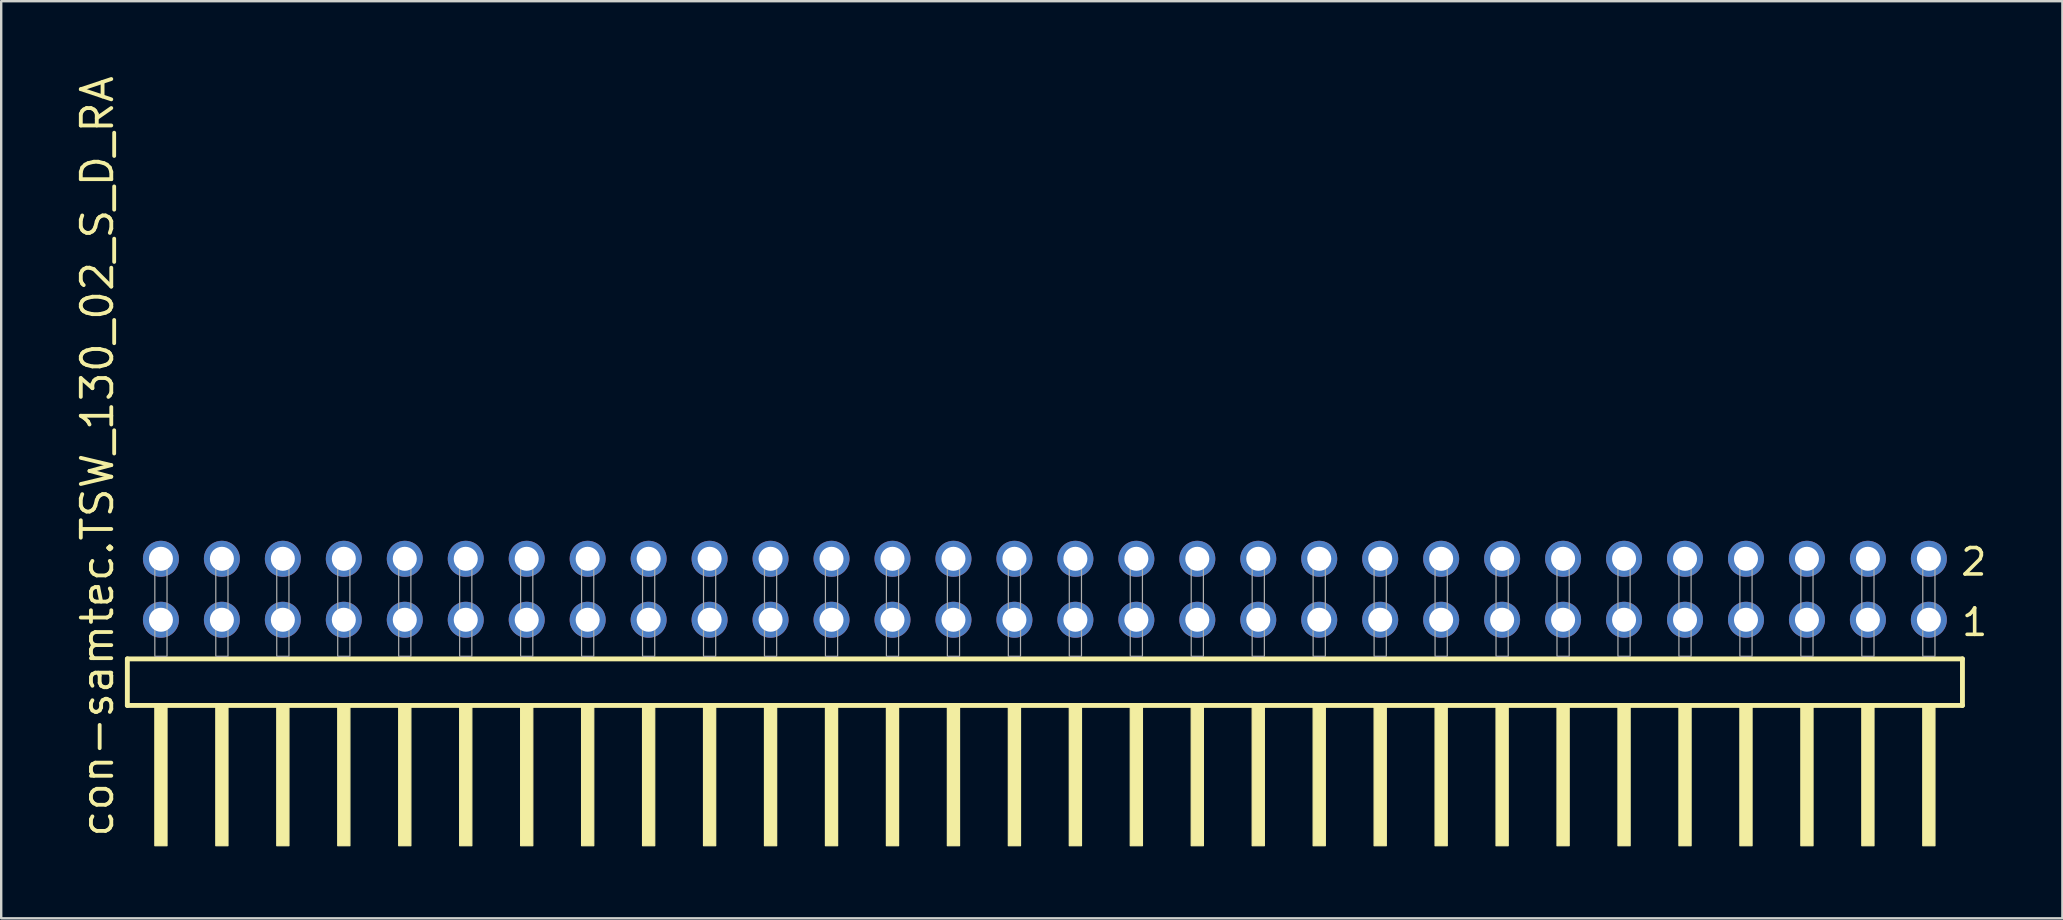
<source format=kicad_pcb>
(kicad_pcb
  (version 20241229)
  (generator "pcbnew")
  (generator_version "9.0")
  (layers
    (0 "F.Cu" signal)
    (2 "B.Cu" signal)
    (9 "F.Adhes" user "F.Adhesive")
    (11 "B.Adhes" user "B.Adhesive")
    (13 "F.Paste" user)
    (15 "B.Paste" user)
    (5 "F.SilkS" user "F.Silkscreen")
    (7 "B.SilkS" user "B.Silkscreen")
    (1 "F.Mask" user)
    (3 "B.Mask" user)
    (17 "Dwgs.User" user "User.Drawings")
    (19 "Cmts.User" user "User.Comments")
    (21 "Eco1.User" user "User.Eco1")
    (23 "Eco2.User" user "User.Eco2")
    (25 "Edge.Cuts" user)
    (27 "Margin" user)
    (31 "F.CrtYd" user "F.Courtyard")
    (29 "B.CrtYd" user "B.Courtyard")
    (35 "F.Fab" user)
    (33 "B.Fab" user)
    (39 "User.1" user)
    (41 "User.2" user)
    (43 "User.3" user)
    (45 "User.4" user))
  (footprint "con-samtec.TSW_130_02_S_D_RA"
    (layer "F.Cu")
    (at 40.485 24.296)
    (property "Reference" "con-samtec.TSW_130_02_S_D_RA" (at -38.735 7.62 90) (layer "F.SilkS") (effects (font (size 1.27 1.27) (thickness 0.16)) (justify left bottom)))
    (attr through_hole)
    (fp_line (start -38.229 0.106) (end -38.229 2.046) (stroke (width 0.203) (type default)) (layer "F.SilkS"))
    (fp_line (start -38.229 2.046) (end 38.229 2.046) (stroke (width 0.203) (type default)) (layer "F.SilkS"))
    (fp_line (start 38.229 0.106) (end -38.229 0.106) (stroke (width 0.203) (type default)) (layer "F.SilkS"))
    (fp_line (start 38.229 2.046) (end 38.229 0.106) (stroke (width 0.203) (type default)) (layer "F.SilkS"))
    (fp_rect (start -37.084 7.89) (end -36.576 2.04) (stroke (width 0.05) (type default)) (fill yes) (layer "F.SilkS"))
    (fp_rect (start -34.544 7.89) (end -34.036 2.04) (stroke (width 0.05) (type default)) (fill yes) (layer "F.SilkS"))
    (fp_rect (start -32.004 7.89) (end -31.496 2.04) (stroke (width 0.05) (type default)) (fill yes) (layer "F.SilkS"))
    (fp_rect (start -29.464 7.89) (end -28.956 2.04) (stroke (width 0.05) (type default)) (fill yes) (layer "F.SilkS"))
    (fp_rect (start -26.924 7.89) (end -26.416 2.04) (stroke (width 0.05) (type default)) (fill yes) (layer "F.SilkS"))
    (fp_rect (start -24.384 7.89) (end -23.876 2.04) (stroke (width 0.05) (type default)) (fill yes) (layer "F.SilkS"))
    (fp_rect (start -21.844 7.89) (end -21.336 2.04) (stroke (width 0.05) (type default)) (fill yes) (layer "F.SilkS"))
    (fp_rect (start -19.304 7.89) (end -18.796 2.04) (stroke (width 0.05) (type default)) (fill yes) (layer "F.SilkS"))
    (fp_rect (start -16.764 7.89) (end -16.256 2.04) (stroke (width 0.05) (type default)) (fill yes) (layer "F.SilkS"))
    (fp_rect (start -14.224 7.89) (end -13.716 2.04) (stroke (width 0.05) (type default)) (fill yes) (layer "F.SilkS"))
    (fp_rect (start -11.684 7.89) (end -11.176 2.04) (stroke (width 0.05) (type default)) (fill yes) (layer "F.SilkS"))
    (fp_rect (start -9.144 7.89) (end -8.636 2.04) (stroke (width 0.05) (type default)) (fill yes) (layer "F.SilkS"))
    (fp_rect (start -6.604 7.89) (end -6.096 2.04) (stroke (width 0.05) (type default)) (fill yes) (layer "F.SilkS"))
    (fp_rect (start -4.064 7.89) (end -3.556 2.04) (stroke (width 0.05) (type default)) (fill yes) (layer "F.SilkS"))
    (fp_rect (start -1.524 7.89) (end -1.016 2.04) (stroke (width 0.05) (type default)) (fill yes) (layer "F.SilkS"))
    (fp_rect (start 1.016 7.89) (end 1.524 2.04) (stroke (width 0.05) (type default)) (fill yes) (layer "F.SilkS"))
    (fp_rect (start 3.556 7.89) (end 4.064 2.04) (stroke (width 0.05) (type default)) (fill yes) (layer "F.SilkS"))
    (fp_rect (start 6.096 7.89) (end 6.604 2.04) (stroke (width 0.05) (type default)) (fill yes) (layer "F.SilkS"))
    (fp_rect (start 8.636 7.89) (end 9.144 2.04) (stroke (width 0.05) (type default)) (fill yes) (layer "F.SilkS"))
    (fp_rect (start 11.176 7.89) (end 11.684 2.04) (stroke (width 0.05) (type default)) (fill yes) (layer "F.SilkS"))
    (fp_rect (start 13.716 7.89) (end 14.224 2.04) (stroke (width 0.05) (type default)) (fill yes) (layer "F.SilkS"))
    (fp_rect (start 16.256 7.89) (end 16.764 2.04) (stroke (width 0.05) (type default)) (fill yes) (layer "F.SilkS"))
    (fp_rect (start 18.796 7.89) (end 19.304 2.04) (stroke (width 0.05) (type default)) (fill yes) (layer "F.SilkS"))
    (fp_rect (start 21.336 7.89) (end 21.844 2.04) (stroke (width 0.05) (type default)) (fill yes) (layer "F.SilkS"))
    (fp_rect (start 23.876 7.89) (end 24.384 2.04) (stroke (width 0.05) (type default)) (fill yes) (layer "F.SilkS"))
    (fp_rect (start 26.416 7.89) (end 26.924 2.04) (stroke (width 0.05) (type default)) (fill yes) (layer "F.SilkS"))
    (fp_rect (start 28.956 7.89) (end 29.464 2.04) (stroke (width 0.05) (type default)) (fill yes) (layer "F.SilkS"))
    (fp_rect (start 31.496 7.89) (end 32.004 2.04) (stroke (width 0.05) (type default)) (fill yes) (layer "F.SilkS"))
    (fp_rect (start 34.036 7.89) (end 34.544 2.04) (stroke (width 0.05) (type default)) (fill yes) (layer "F.SilkS"))
    (fp_rect (start 36.576 7.89) (end 37.084 2.04) (stroke (width 0.05) (type default)) (fill yes) (layer "F.SilkS"))
    (fp_rect (start -37.084 0) (end -36.576 -4.318) (stroke (width 0.05) (type default)) (fill no) (layer "F.Fab"))
    (fp_rect (start -34.544 0) (end -34.036 -4.318) (stroke (width 0.05) (type default)) (fill no) (layer "F.Fab"))
    (fp_rect (start -32.004 0) (end -31.496 -4.318) (stroke (width 0.05) (type default)) (fill no) (layer "F.Fab"))
    (fp_rect (start -29.464 0) (end -28.956 -4.318) (stroke (width 0.05) (type default)) (fill no) (layer "F.Fab"))
    (fp_rect (start -26.924 0) (end -26.416 -4.318) (stroke (width 0.05) (type default)) (fill no) (layer "F.Fab"))
    (fp_rect (start -24.384 0) (end -23.876 -4.318) (stroke (width 0.05) (type default)) (fill no) (layer "F.Fab"))
    (fp_rect (start -21.844 0) (end -21.336 -4.318) (stroke (width 0.05) (type default)) (fill no) (layer "F.Fab"))
    (fp_rect (start -19.304 0) (end -18.796 -4.318) (stroke (width 0.05) (type default)) (fill no) (layer "F.Fab"))
    (fp_rect (start -16.764 0) (end -16.256 -4.318) (stroke (width 0.05) (type default)) (fill no) (layer "F.Fab"))
    (fp_rect (start -14.224 0) (end -13.716 -4.318) (stroke (width 0.05) (type default)) (fill no) (layer "F.Fab"))
    (fp_rect (start -11.684 0) (end -11.176 -4.318) (stroke (width 0.05) (type default)) (fill no) (layer "F.Fab"))
    (fp_rect (start -9.144 0) (end -8.636 -4.318) (stroke (width 0.05) (type default)) (fill no) (layer "F.Fab"))
    (fp_rect (start -6.604 0) (end -6.096 -4.318) (stroke (width 0.05) (type default)) (fill no) (layer "F.Fab"))
    (fp_rect (start -4.064 0) (end -3.556 -4.318) (stroke (width 0.05) (type default)) (fill no) (layer "F.Fab"))
    (fp_rect (start -1.524 0) (end -1.016 -4.318) (stroke (width 0.05) (type default)) (fill no) (layer "F.Fab"))
    (fp_rect (start 1.016 0) (end 1.524 -4.318) (stroke (width 0.05) (type default)) (fill no) (layer "F.Fab"))
    (fp_rect (start 3.556 0) (end 4.064 -4.318) (stroke (width 0.05) (type default)) (fill no) (layer "F.Fab"))
    (fp_rect (start 6.096 0) (end 6.604 -4.318) (stroke (width 0.05) (type default)) (fill no) (layer "F.Fab"))
    (fp_rect (start 8.636 0) (end 9.144 -4.318) (stroke (width 0.05) (type default)) (fill no) (layer "F.Fab"))
    (fp_rect (start 11.176 0) (end 11.684 -4.318) (stroke (width 0.05) (type default)) (fill no) (layer "F.Fab"))
    (fp_rect (start 13.716 0) (end 14.224 -4.318) (stroke (width 0.05) (type default)) (fill no) (layer "F.Fab"))
    (fp_rect (start 16.256 0) (end 16.764 -4.318) (stroke (width 0.05) (type default)) (fill no) (layer "F.Fab"))
    (fp_rect (start 18.796 0) (end 19.304 -4.318) (stroke (width 0.05) (type default)) (fill no) (layer "F.Fab"))
    (fp_rect (start 21.336 0) (end 21.844 -4.318) (stroke (width 0.05) (type default)) (fill no) (layer "F.Fab"))
    (fp_rect (start 23.876 0) (end 24.384 -4.318) (stroke (width 0.05) (type default)) (fill no) (layer "F.Fab"))
    (fp_rect (start 26.416 0) (end 26.924 -4.318) (stroke (width 0.05) (type default)) (fill no) (layer "F.Fab"))
    (fp_rect (start 28.956 0) (end 29.464 -4.318) (stroke (width 0.05) (type default)) (fill no) (layer "F.Fab"))
    (fp_rect (start 31.496 0) (end 32.004 -4.318) (stroke (width 0.05) (type default)) (fill no) (layer "F.Fab"))
    (fp_rect (start 34.036 0) (end 34.544 -4.318) (stroke (width 0.05) (type default)) (fill no) (layer "F.Fab"))
    (fp_rect (start 36.576 0) (end 37.084 -4.318) (stroke (width 0.05) (type default)) (fill no) (layer "F.Fab"))
    (fp_text user "2" (at 38.08 -3.29 0) (layer "F.SilkS") (effects (font (size 1.1 1.1) (thickness 0.15)) (justify left bottom)))
    (fp_text user "1" (at 38.115 -0.775 0) (layer "F.SilkS") (effects (font (size 1.1 1.1) (thickness 0.15)) (justify left bottom)))
    (pad "1" thru_hole circle (at 36.83 -1.524 180) (size 1.5 1.5) (drill 1) (layers "*.Cu" "*.Mask"))
    (pad "2" thru_hole circle (at 36.83 -4.064 180) (size 1.5 1.5) (drill 1) (layers "*.Cu" "*.Mask"))
    (pad "3" thru_hole circle (at 34.29 -1.524 180) (size 1.5 1.5) (drill 1) (layers "*.Cu" "*.Mask"))
    (pad "4" thru_hole circle (at 34.29 -4.064 180) (size 1.5 1.5) (drill 1) (layers "*.Cu" "*.Mask"))
    (pad "5" thru_hole circle (at 31.75 -1.524 180) (size 1.5 1.5) (drill 1) (layers "*.Cu" "*.Mask"))
    (pad "6" thru_hole circle (at 31.75 -4.064 180) (size 1.5 1.5) (drill 1) (layers "*.Cu" "*.Mask"))
    (pad "7" thru_hole circle (at 29.21 -1.524 180) (size 1.5 1.5) (drill 1) (layers "*.Cu" "*.Mask"))
    (pad "8" thru_hole circle (at 29.21 -4.064 180) (size 1.5 1.5) (drill 1) (layers "*.Cu" "*.Mask"))
    (pad "9" thru_hole circle (at 26.67 -1.524 180) (size 1.5 1.5) (drill 1) (layers "*.Cu" "*.Mask"))
    (pad "10" thru_hole circle (at 26.67 -4.064 180) (size 1.5 1.5) (drill 1) (layers "*.Cu" "*.Mask"))
    (pad "11" thru_hole circle (at 24.13 -1.524 180) (size 1.5 1.5) (drill 1) (layers "*.Cu" "*.Mask"))
    (pad "12" thru_hole circle (at 24.13 -4.064 180) (size 1.5 1.5) (drill 1) (layers "*.Cu" "*.Mask"))
    (pad "13" thru_hole circle (at 21.59 -1.524 180) (size 1.5 1.5) (drill 1) (layers "*.Cu" "*.Mask"))
    (pad "14" thru_hole circle (at 21.59 -4.064 180) (size 1.5 1.5) (drill 1) (layers "*.Cu" "*.Mask"))
    (pad "15" thru_hole circle (at 19.05 -1.524 180) (size 1.5 1.5) (drill 1) (layers "*.Cu" "*.Mask"))
    (pad "16" thru_hole circle (at 19.05 -4.064 180) (size 1.5 1.5) (drill 1) (layers "*.Cu" "*.Mask"))
    (pad "17" thru_hole circle (at 16.51 -1.524 180) (size 1.5 1.5) (drill 1) (layers "*.Cu" "*.Mask"))
    (pad "18" thru_hole circle (at 16.51 -4.064 180) (size 1.5 1.5) (drill 1) (layers "*.Cu" "*.Mask"))
    (pad "19" thru_hole circle (at 13.97 -1.524 180) (size 1.5 1.5) (drill 1) (layers "*.Cu" "*.Mask"))
    (pad "20" thru_hole circle (at 13.97 -4.064 180) (size 1.5 1.5) (drill 1) (layers "*.Cu" "*.Mask"))
    (pad "21" thru_hole circle (at 11.43 -1.524 180) (size 1.5 1.5) (drill 1) (layers "*.Cu" "*.Mask"))
    (pad "22" thru_hole circle (at 11.43 -4.064 180) (size 1.5 1.5) (drill 1) (layers "*.Cu" "*.Mask"))
    (pad "23" thru_hole circle (at 8.89 -1.524 180) (size 1.5 1.5) (drill 1) (layers "*.Cu" "*.Mask"))
    (pad "24" thru_hole circle (at 8.89 -4.064 180) (size 1.5 1.5) (drill 1) (layers "*.Cu" "*.Mask"))
    (pad "25" thru_hole circle (at 6.35 -1.524 180) (size 1.5 1.5) (drill 1) (layers "*.Cu" "*.Mask"))
    (pad "26" thru_hole circle (at 6.35 -4.064 180) (size 1.5 1.5) (drill 1) (layers "*.Cu" "*.Mask"))
    (pad "27" thru_hole circle (at 3.81 -1.524 180) (size 1.5 1.5) (drill 1) (layers "*.Cu" "*.Mask"))
    (pad "28" thru_hole circle (at 3.81 -4.064 180) (size 1.5 1.5) (drill 1) (layers "*.Cu" "*.Mask"))
    (pad "29" thru_hole circle (at 1.27 -1.524 180) (size 1.5 1.5) (drill 1) (layers "*.Cu" "*.Mask"))
    (pad "30" thru_hole circle (at 1.27 -4.064 180) (size 1.5 1.5) (drill 1) (layers "*.Cu" "*.Mask"))
    (pad "31" thru_hole circle (at -1.27 -1.524 180) (size 1.5 1.5) (drill 1) (layers "*.Cu" "*.Mask"))
    (pad "32" thru_hole circle (at -1.27 -4.064 180) (size 1.5 1.5) (drill 1) (layers "*.Cu" "*.Mask"))
    (pad "33" thru_hole circle (at -3.81 -1.524 180) (size 1.5 1.5) (drill 1) (layers "*.Cu" "*.Mask"))
    (pad "34" thru_hole circle (at -3.81 -4.064 180) (size 1.5 1.5) (drill 1) (layers "*.Cu" "*.Mask"))
    (pad "35" thru_hole circle (at -6.35 -1.524 180) (size 1.5 1.5) (drill 1) (layers "*.Cu" "*.Mask"))
    (pad "36" thru_hole circle (at -6.35 -4.064 180) (size 1.5 1.5) (drill 1) (layers "*.Cu" "*.Mask"))
    (pad "37" thru_hole circle (at -8.89 -1.524 180) (size 1.5 1.5) (drill 1) (layers "*.Cu" "*.Mask"))
    (pad "38" thru_hole circle (at -8.89 -4.064 180) (size 1.5 1.5) (drill 1) (layers "*.Cu" "*.Mask"))
    (pad "39" thru_hole circle (at -11.43 -1.524 180) (size 1.5 1.5) (drill 1) (layers "*.Cu" "*.Mask"))
    (pad "40" thru_hole circle (at -11.43 -4.064 180) (size 1.5 1.5) (drill 1) (layers "*.Cu" "*.Mask"))
    (pad "41" thru_hole circle (at -13.97 -1.524 180) (size 1.5 1.5) (drill 1) (layers "*.Cu" "*.Mask"))
    (pad "42" thru_hole circle (at -13.97 -4.064 180) (size 1.5 1.5) (drill 1) (layers "*.Cu" "*.Mask"))
    (pad "43" thru_hole circle (at -16.51 -1.524 180) (size 1.5 1.5) (drill 1) (layers "*.Cu" "*.Mask"))
    (pad "44" thru_hole circle (at -16.51 -4.064 180) (size 1.5 1.5) (drill 1) (layers "*.Cu" "*.Mask"))
    (pad "45" thru_hole circle (at -19.05 -1.524 180) (size 1.5 1.5) (drill 1) (layers "*.Cu" "*.Mask"))
    (pad "46" thru_hole circle (at -19.05 -4.064 180) (size 1.5 1.5) (drill 1) (layers "*.Cu" "*.Mask"))
    (pad "47" thru_hole circle (at -21.59 -1.524 180) (size 1.5 1.5) (drill 1) (layers "*.Cu" "*.Mask"))
    (pad "48" thru_hole circle (at -21.59 -4.064 180) (size 1.5 1.5) (drill 1) (layers "*.Cu" "*.Mask"))
    (pad "49" thru_hole circle (at -24.13 -1.524 180) (size 1.5 1.5) (drill 1) (layers "*.Cu" "*.Mask"))
    (pad "50" thru_hole circle (at -24.13 -4.064 180) (size 1.5 1.5) (drill 1) (layers "*.Cu" "*.Mask"))
    (pad "51" thru_hole circle (at -26.67 -1.524 180) (size 1.5 1.5) (drill 1) (layers "*.Cu" "*.Mask"))
    (pad "52" thru_hole circle (at -26.67 -4.064 180) (size 1.5 1.5) (drill 1) (layers "*.Cu" "*.Mask"))
    (pad "53" thru_hole circle (at -29.21 -1.524 180) (size 1.5 1.5) (drill 1) (layers "*.Cu" "*.Mask"))
    (pad "54" thru_hole circle (at -29.21 -4.064 180) (size 1.5 1.5) (drill 1) (layers "*.Cu" "*.Mask"))
    (pad "55" thru_hole circle (at -31.75 -1.524 180) (size 1.5 1.5) (drill 1) (layers "*.Cu" "*.Mask"))
    (pad "56" thru_hole circle (at -31.75 -4.064 180) (size 1.5 1.5) (drill 1) (layers "*.Cu" "*.Mask"))
    (pad "57" thru_hole circle (at -34.29 -1.524 180) (size 1.5 1.5) (drill 1) (layers "*.Cu" "*.Mask"))
    (pad "58" thru_hole circle (at -34.29 -4.064 180) (size 1.5 1.5) (drill 1) (layers "*.Cu" "*.Mask"))
    (pad "59" thru_hole circle (at -36.83 -1.524 180) (size 1.5 1.5) (drill 1) (layers "*.Cu" "*.Mask"))
    (pad "60" thru_hole circle (at -36.83 -4.064 180) (size 1.5 1.5) (drill 1) (layers "*.Cu" "*.Mask")))
  (gr_rect
    (start -3 -3)
    (end 82.878 35.211)
    (stroke (width 0.1) (type default))
    (fill no)
    (layer "Edge.Cuts")))
</source>
